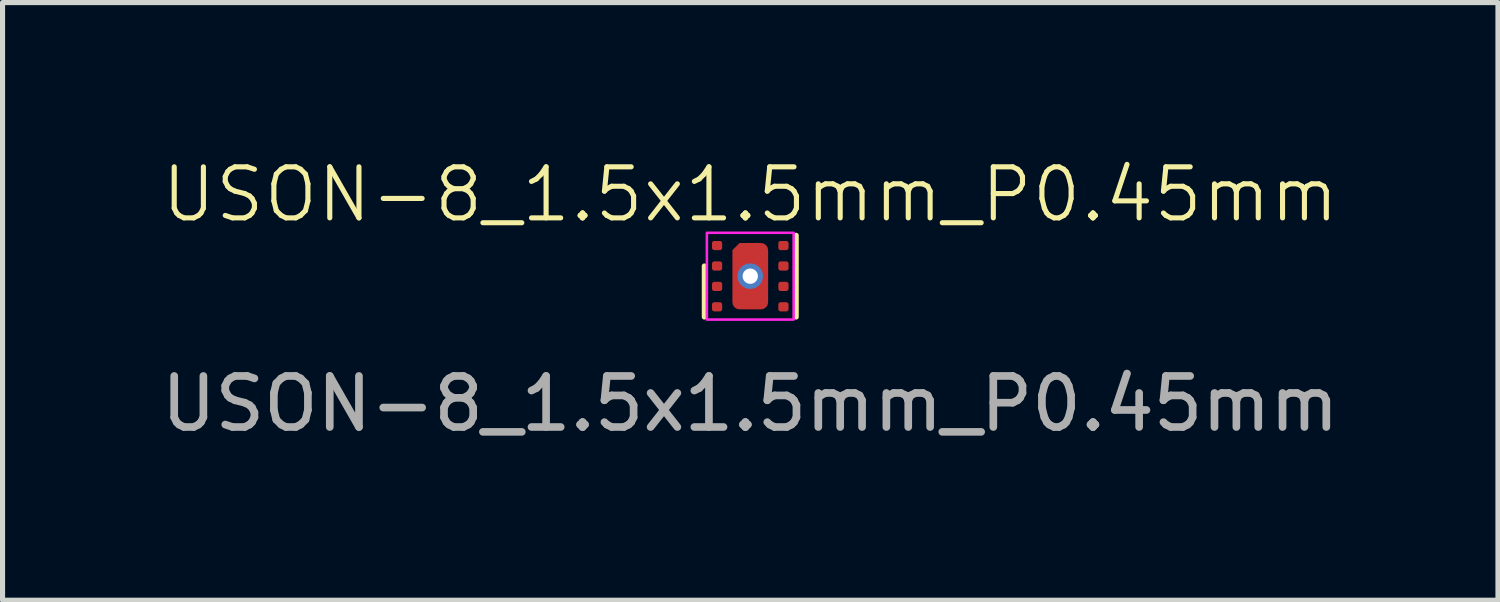
<source format=kicad_pcb>
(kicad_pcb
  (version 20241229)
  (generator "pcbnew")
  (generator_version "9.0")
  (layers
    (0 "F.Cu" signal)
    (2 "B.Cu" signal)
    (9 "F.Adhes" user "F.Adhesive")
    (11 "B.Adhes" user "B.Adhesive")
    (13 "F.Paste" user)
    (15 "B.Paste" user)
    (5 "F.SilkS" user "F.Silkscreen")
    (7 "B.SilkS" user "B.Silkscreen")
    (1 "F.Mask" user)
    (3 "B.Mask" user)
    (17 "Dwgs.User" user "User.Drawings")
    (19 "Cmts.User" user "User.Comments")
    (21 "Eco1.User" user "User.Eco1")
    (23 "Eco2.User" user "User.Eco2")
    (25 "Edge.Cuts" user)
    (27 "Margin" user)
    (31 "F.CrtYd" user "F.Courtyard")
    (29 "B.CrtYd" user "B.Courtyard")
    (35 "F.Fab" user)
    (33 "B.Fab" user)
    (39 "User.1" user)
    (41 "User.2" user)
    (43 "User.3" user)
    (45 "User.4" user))
  (footprint "USON-8_1.5x1.5mm_P0.45mm"
    (layer "F.Cu")
    (at 11.649 2.361)
    (property "Reference" "USON-8_1.5x1.5mm_P0.45mm" (at 0 -1.6 0) (unlocked yes) (layer "F.SilkS") (effects (font (size 1 1) (thickness 0.1))))
    (attr smd)
    (fp_line (start -0.9 -0.2) (end -0.9 0.8) (stroke (width 0.1) (type default)) (layer "F.SilkS"))
    (fp_line (start 0.9 -0.8) (end 0.9 0.8) (stroke (width 0.1) (type default)) (layer "F.SilkS"))
    (fp_rect (start -0.25 0.2) (end 0.279 0.55) (stroke (width 0) (type solid)) (fill yes) (layer "F.Paste"))
    (fp_rect (start -0.25 -0.55) (end 0.3 -0.2) (stroke (width 0) (type solid)) (fill yes) (layer "F.Paste"))
    (fp_rect (start -0.85 -0.85) (end 0.85 0.85) (stroke (width 0.05) (type default)) (fill no) (layer "F.CrtYd"))
    (fp_text user "${REFERENCE}" (at 0 2.5 0) (unlocked yes) (layer "F.Fab") (effects (font (size 1 1) (thickness 0.15))))
    (pad "1" smd roundrect (at -0.65 -0.6) (size 0.2 0.18) (layers "F.Cu" "F.Mask" "F.Paste") (roundrect_rratio 0.25))
    (pad "2" smd roundrect (at -0.65 -0.2) (size 0.2 0.18) (layers "F.Cu" "F.Mask" "F.Paste") (roundrect_rratio 0.25))
    (pad "3" smd roundrect (at -0.65 0.2) (size 0.2 0.18) (layers "F.Cu" "F.Mask" "F.Paste") (roundrect_rratio 0.25))
    (pad "4" smd roundrect (at -0.65 0.6) (size 0.2 0.18) (layers "F.Cu" "F.Mask" "F.Paste") (roundrect_rratio 0.25))
    (pad "5" smd roundrect (at 0.65 0.6) (size 0.2 0.18) (layers "F.Cu" "F.Mask" "F.Paste") (roundrect_rratio 0.25))
    (pad "6" smd roundrect (at 0.65 0.2) (size 0.2 0.18) (layers "F.Cu" "F.Mask" "F.Paste") (roundrect_rratio 0.25))
    (pad "7" smd roundrect (at 0.65 -0.2) (size 0.2 0.18) (layers "F.Cu" "F.Mask" "F.Paste") (roundrect_rratio 0.25))
    (pad "8" smd roundrect (at 0.65 -0.6) (size 0.2 0.18) (layers "F.Cu" "F.Mask" "F.Paste") (roundrect_rratio 0.25))
    (pad "9" thru_hole circle (at 0 0) (size 0.5 0.5) (drill 0.3) (layers "*.Cu" "F.Mask"))
    (pad "9" smd roundrect (at 0 0) (size 0.7 1.3) (layers "F.Cu" "F.Mask") (roundrect_rratio 0.2) (chamfer_ratio 0.2) (chamfer top_left)))
  (gr_rect
    (start -3 -3)
    (end 26.298 8.709)
    (stroke (width 0.1) (type default))
    (fill no)
    (layer "Edge.Cuts")))
</source>
